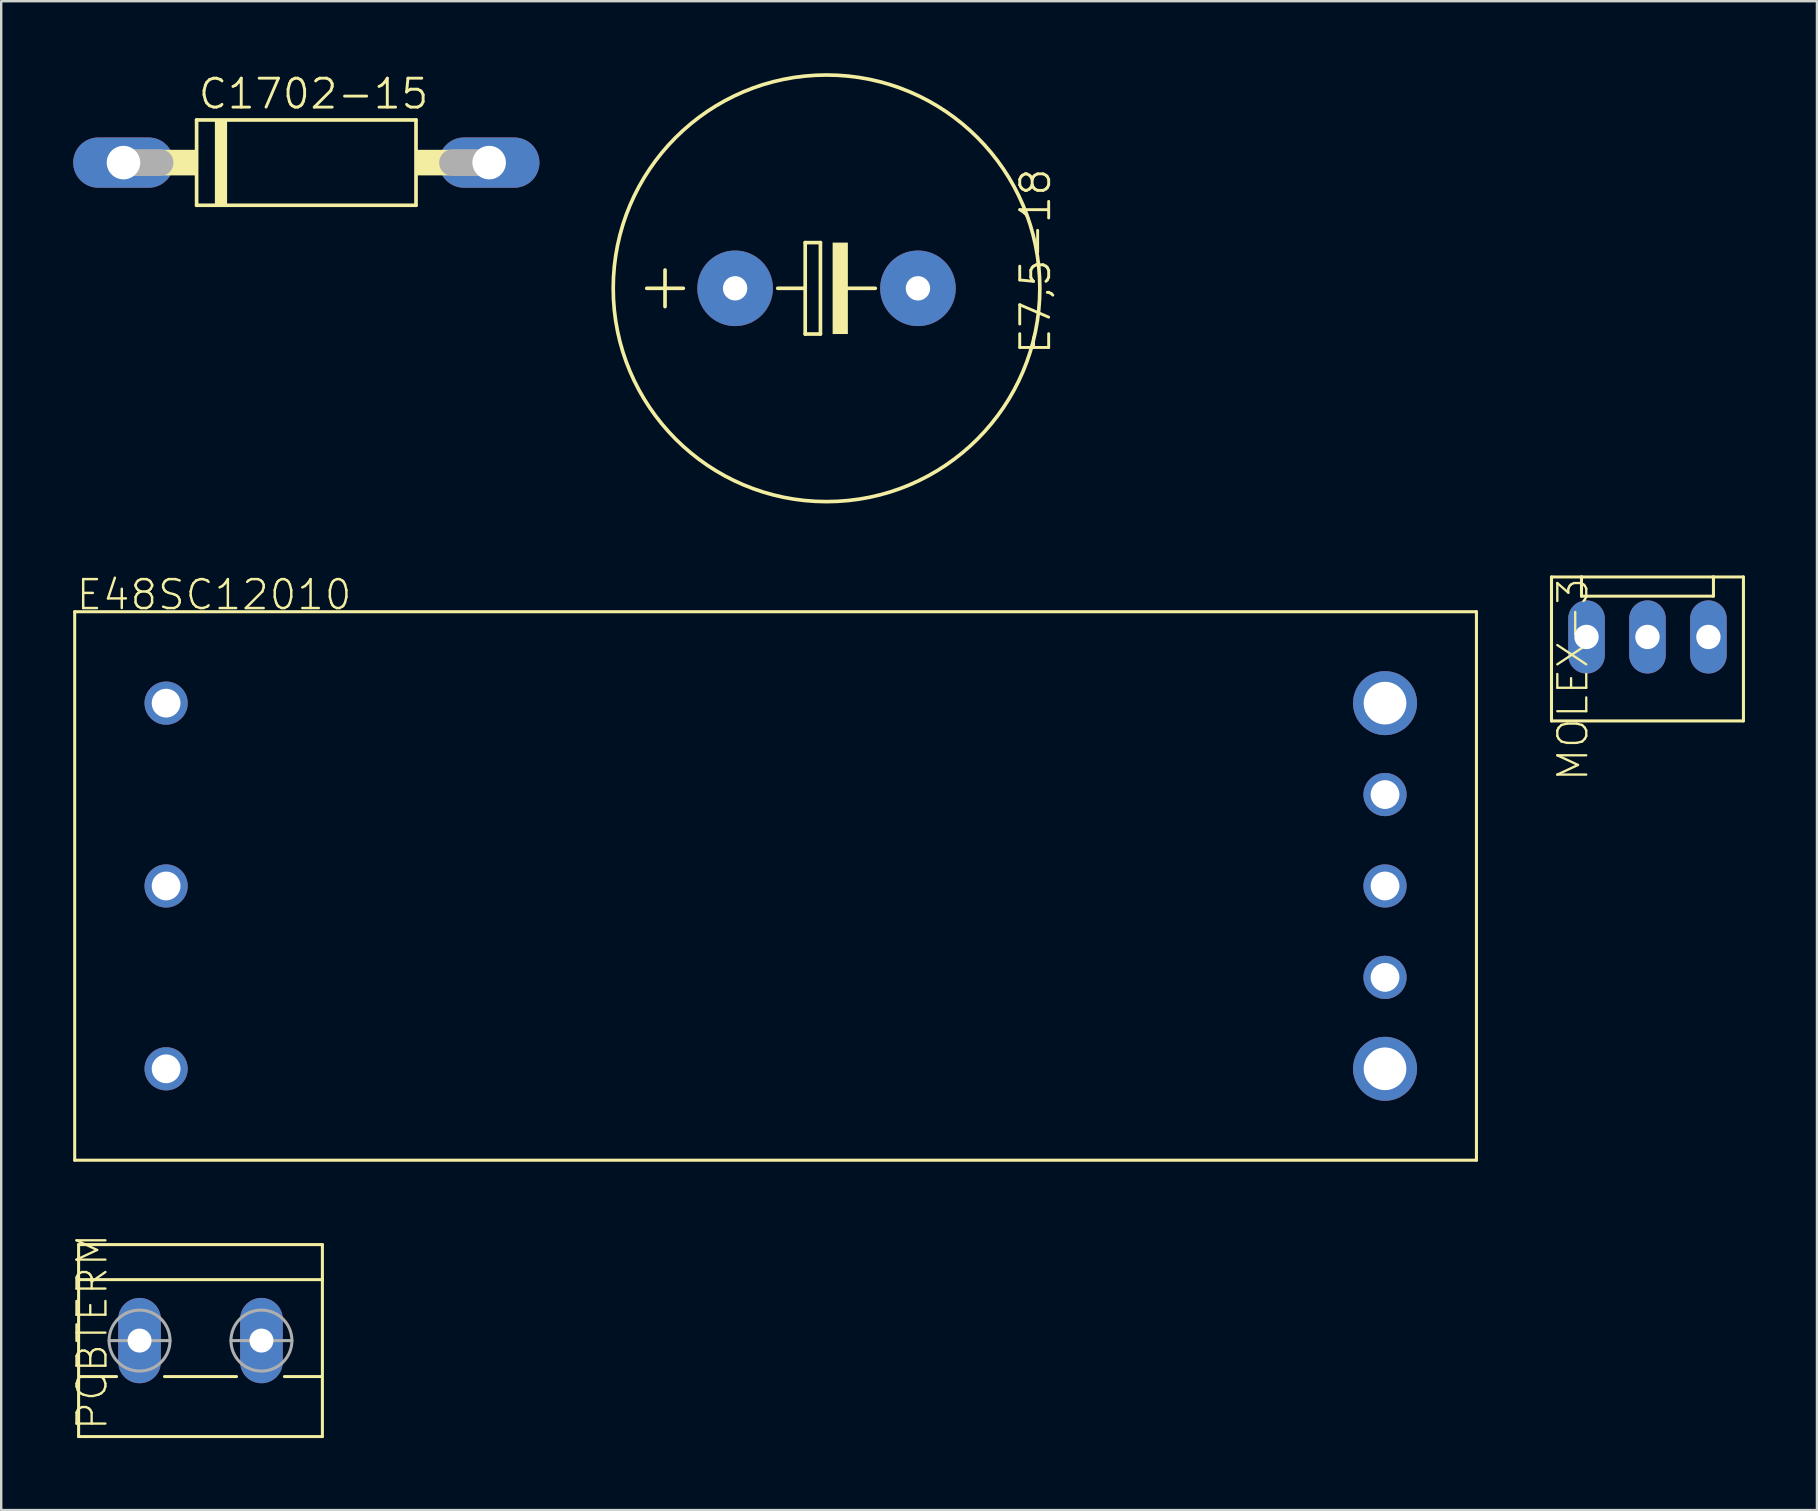
<source format=kicad_pcb>
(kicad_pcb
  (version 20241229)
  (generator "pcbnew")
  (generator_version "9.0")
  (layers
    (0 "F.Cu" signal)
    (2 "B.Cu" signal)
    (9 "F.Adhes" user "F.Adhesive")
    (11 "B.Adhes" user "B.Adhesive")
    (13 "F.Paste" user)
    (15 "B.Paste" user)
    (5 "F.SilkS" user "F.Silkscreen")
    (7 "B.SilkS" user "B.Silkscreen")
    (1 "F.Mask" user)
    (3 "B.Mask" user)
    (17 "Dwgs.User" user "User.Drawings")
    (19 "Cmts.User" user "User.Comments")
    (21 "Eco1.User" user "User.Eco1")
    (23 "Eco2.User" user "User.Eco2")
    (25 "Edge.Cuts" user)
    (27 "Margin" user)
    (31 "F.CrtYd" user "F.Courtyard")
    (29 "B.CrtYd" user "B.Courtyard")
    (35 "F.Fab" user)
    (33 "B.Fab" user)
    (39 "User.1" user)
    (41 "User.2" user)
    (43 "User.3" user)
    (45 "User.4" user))
  (footprint "E48SC12010"
    (layer "F.Cu")
    (at 29.273 33.874)
    (property "Reference" "E48SC12010" (at -29.21 -11.43 0) (layer "F.SilkS") (effects (font (size 1.206 1.206) (thickness 0.102)) (justify left bottom)))
    (attr through_hole)
    (fp_line (start -29.21 -11.43) (end 29.21 -11.43) (stroke (width 0.127) (type solid)) (layer "F.SilkS"))
    (fp_line (start -29.21 11.43) (end -29.21 -11.43) (stroke (width 0.127) (type solid)) (layer "F.SilkS"))
    (fp_line (start 29.21 -11.43) (end 29.21 11.43) (stroke (width 0.127) (type solid)) (layer "F.SilkS"))
    (fp_line (start 29.21 11.43) (end -29.21 11.43) (stroke (width 0.127) (type solid)) (layer "F.SilkS"))
    (pad "1" thru_hole circle (at -25.4 -7.62) (size 1.8 1.8) (drill 1.2) (layers "*.Cu" "*.Mask"))
    (pad "2" thru_hole circle (at -25.4 0) (size 1.8 1.8) (drill 1.2) (layers "*.Cu" "*.Mask"))
    (pad "3" thru_hole circle (at -25.4 7.62) (size 1.8 1.8) (drill 1.2) (layers "*.Cu" "*.Mask"))
    (pad "4" thru_hole circle (at 25.4 7.62) (size 2.667 2.667) (drill 1.778) (layers "*.Cu" "*.Mask"))
    (pad "5" thru_hole circle (at 25.4 3.81) (size 1.8 1.8) (drill 1.2) (layers "*.Cu" "*.Mask"))
    (pad "6" thru_hole circle (at 25.4 0) (size 1.8 1.8) (drill 1.2) (layers "*.Cu" "*.Mask"))
    (pad "7" thru_hole circle (at 25.4 -3.81) (size 1.8 1.8) (drill 1.2) (layers "*.Cu" "*.Mask"))
    (pad "8" thru_hole circle (at 25.4 -7.62) (size 2.667 2.667) (drill 1.778) (layers "*.Cu" "*.Mask")))
  (footprint "C1702-15"
    (layer "F.Cu")
    (at 9.716 3.727)
    (property "Reference" "C1702-15" (at -4.572 -2.159 0) (layer "F.SilkS") (effects (font (size 1.206 1.206) (thickness 0.121)) (justify left bottom)))
    (attr through_hole)
    (fp_line (start -4.572 1.778) (end -4.572 -1.778) (stroke (width 0.152) (type solid)) (layer "F.SilkS"))
    (fp_line (start -4.572 1.778) (end 4.572 1.778) (stroke (width 0.152) (type solid)) (layer "F.SilkS"))
    (fp_line (start 4.572 -1.778) (end -4.572 -1.778) (stroke (width 0.152) (type solid)) (layer "F.SilkS"))
    (fp_line (start 4.572 -1.778) (end 4.572 1.778) (stroke (width 0.152) (type solid)) (layer "F.SilkS"))
    (fp_poly (pts (xy -5.944 0.533) (xy -4.572 0.533) (xy -4.572 -0.533) (xy -5.944 -0.533)) (stroke (width 0) (type solid)) (fill yes) (layer "F.SilkS"))
    (fp_poly (pts (xy -3.81 1.778) (xy -3.302 1.778) (xy -3.302 -1.778) (xy -3.81 -1.778)) (stroke (width 0) (type solid)) (fill yes) (layer "F.SilkS"))
    (fp_poly (pts (xy 4.572 0.533) (xy 5.944 0.533) (xy 5.944 -0.533) (xy 4.572 -0.533)) (stroke (width 0) (type solid)) (fill yes) (layer "F.SilkS"))
    (fp_line (start -7.62 0) (end -6.096 0) (stroke (width 1.118) (type solid)) (layer "F.Fab"))
    (fp_line (start 7.62 0) (end 6.096 0) (stroke (width 1.118) (type solid)) (layer "F.Fab"))
    (pad "A" thru_hole oval (at 7.62 0) (size 4.191 2.095) (drill 1.397) (layers "*.Cu" "*.Mask"))
    (pad "C" thru_hole oval (at -7.62 0) (size 4.191 2.095) (drill 1.397) (layers "*.Cu" "*.Mask")))
  (footprint "PCBTERM"
    (layer "F.Cu")
    (at 5.306 52.821)
    (property "Reference" "PCBTERM" (at -3.81 3.81 90) (layer "F.SilkS") (effects (font (size 1.206 1.206) (thickness 0.097)) (justify left bottom)))
    (attr through_hole)
    (fp_line (start -5.08 -4) (end 5.08 -4) (stroke (width 0.127) (type solid)) (layer "F.SilkS"))
    (fp_line (start -5.08 -2.54) (end -5.08 -4) (stroke (width 0.127) (type solid)) (layer "F.SilkS"))
    (fp_line (start -5.08 -2.54) (end 5.08 -2.54) (stroke (width 0.127) (type solid)) (layer "F.SilkS"))
    (fp_line (start -5.08 4) (end -5.08 -2.54) (stroke (width 0.127) (type solid)) (layer "F.SilkS"))
    (fp_line (start -5 1.5) (end -3.5 1.5) (stroke (width 0.127) (type solid)) (layer "F.SilkS"))
    (fp_line (start -1.5 1.5) (end 1.5 1.5) (stroke (width 0.127) (type solid)) (layer "F.SilkS"))
    (fp_line (start 3.5 1.5) (end 5 1.5) (stroke (width 0.127) (type solid)) (layer "F.SilkS"))
    (fp_line (start 5.08 -4) (end 5.08 -2.54) (stroke (width 0.127) (type solid)) (layer "F.SilkS"))
    (fp_line (start 5.08 -2.54) (end 5.08 4) (stroke (width 0.127) (type solid)) (layer "F.SilkS"))
    (fp_line (start 5.08 4) (end -5.08 4) (stroke (width 0.127) (type solid)) (layer "F.SilkS"))
    (fp_line (start -3.81 0) (end -1.27 0) (stroke (width 0.127) (type solid)) (layer "F.Fab"))
    (fp_line (start 1.27 0) (end 3.81 0) (stroke (width 0.127) (type solid)) (layer "F.Fab"))
    (fp_circle (center -2.54 0) (end -1.27 0) (stroke (width 0.127) (type solid)) (fill no) (layer "F.Fab"))
    (fp_circle (center 2.54 0) (end 3.81 0) (stroke (width 0.127) (type solid)) (fill no) (layer "F.Fab"))
    (pad "1" thru_hole oval (at -2.54 0 90) (size 3.556 1.778) (drill 1) (layers "*.Cu" "*.Mask"))
    (pad "2" thru_hole oval (at 2.54 0 90) (size 3.556 1.778) (drill 1) (layers "*.Cu" "*.Mask")))
  (footprint "E7,5-18"
    (layer "F.Cu")
    (at 31.397 8.966)
    (property "Reference" "E7,5-18" (at 8.001 -5.08 270) (layer "F.SilkS") (effects (font (size 1.206 1.206) (thickness 0.121)) (justify right top)))
    (attr through_hole)
    (fp_line (start -7.493 0) (end -5.969 0) (stroke (width 0.152) (type solid)) (layer "F.SilkS"))
    (fp_line (start -6.731 0.762) (end -6.731 -0.762) (stroke (width 0.152) (type solid)) (layer "F.SilkS"))
    (fp_line (start -0.889 -1.905) (end -0.889 0) (stroke (width 0.152) (type solid)) (layer "F.SilkS"))
    (fp_line (start -0.889 0) (end -2.032 0) (stroke (width 0.152) (type solid)) (layer "F.SilkS"))
    (fp_line (start -0.889 0) (end -0.889 1.905) (stroke (width 0.152) (type solid)) (layer "F.SilkS"))
    (fp_line (start -0.889 1.905) (end -0.254 1.905) (stroke (width 0.152) (type solid)) (layer "F.SilkS"))
    (fp_line (start -0.254 -1.905) (end -0.889 -1.905) (stroke (width 0.152) (type solid)) (layer "F.SilkS"))
    (fp_line (start -0.254 1.905) (end -0.254 -1.905) (stroke (width 0.152) (type solid)) (layer "F.SilkS"))
    (fp_line (start 0.635 0) (end 2.032 0) (stroke (width 0.152) (type solid)) (layer "F.SilkS"))
    (fp_circle (center 0 0) (end 8.89 0) (stroke (width 0.152) (type solid)) (fill no) (layer "F.SilkS"))
    (fp_poly (pts (xy 0.254 1.905) (xy 0.889 1.905) (xy 0.889 -1.905) (xy 0.254 -1.905)) (stroke (width 0) (type solid)) (fill yes) (layer "F.SilkS"))
    (pad "+" thru_hole circle (at -3.81 0) (size 3.15 3.15) (drill 1.016) (layers "*.Cu" "*.Mask"))
    (pad "-" thru_hole circle (at 3.81 0) (size 3.15 3.15) (drill 1.016) (layers "*.Cu" "*.Mask")))
  (footprint "MOLEX-3"
    (layer "F.Cu")
    (at 65.611 23.496)
    (property "Reference" "MOLEX-3" (at -3.81 -2.54 270) (layer "F.SilkS") (effects (font (size 1.206 1.206) (thickness 0.097)) (justify right top)))
    (attr through_hole)
    (fp_line (start -4 -2.5) (end -4 3.5) (stroke (width 0.127) (type solid)) (layer "F.SilkS"))
    (fp_line (start -4 3.5) (end 4 3.5) (stroke (width 0.127) (type solid)) (layer "F.SilkS"))
    (fp_line (start -2.75 -2.5) (end -4 -2.5) (stroke (width 0.127) (type solid)) (layer "F.SilkS"))
    (fp_line (start -2.75 -2.5) (end -2.75 -1.7) (stroke (width 0.127) (type solid)) (layer "F.SilkS"))
    (fp_line (start -2.75 -1.7) (end 2.75 -1.7) (stroke (width 0.127) (type solid)) (layer "F.SilkS"))
    (fp_line (start 2.75 -2.5) (end -2.75 -2.5) (stroke (width 0.127) (type solid)) (layer "F.SilkS"))
    (fp_line (start 2.75 -1.7) (end 2.75 -2.5) (stroke (width 0.127) (type solid)) (layer "F.SilkS"))
    (fp_line (start 4 -2.5) (end 2.75 -2.5) (stroke (width 0.127) (type solid)) (layer "F.SilkS"))
    (fp_line (start 4 3.5) (end 4 -2.5) (stroke (width 0.127) (type solid)) (layer "F.SilkS"))
    (pad "1" thru_hole oval (at 2.54 0 90) (size 3.048 1.524) (drill 1.016) (layers "*.Cu" "*.Mask"))
    (pad "2" thru_hole oval (at 0 0 90) (size 3.048 1.524) (drill 1.016) (layers "*.Cu" "*.Mask"))
    (pad "3" thru_hole oval (at -2.54 0 90) (size 3.048 1.524) (drill 1.016) (layers "*.Cu" "*.Mask")))
  (gr_rect
    (start -3 -3)
    (end 72.675 59.885)
    (stroke (width 0.1) (type default))
    (fill no)
    (layer "Edge.Cuts")))
</source>
